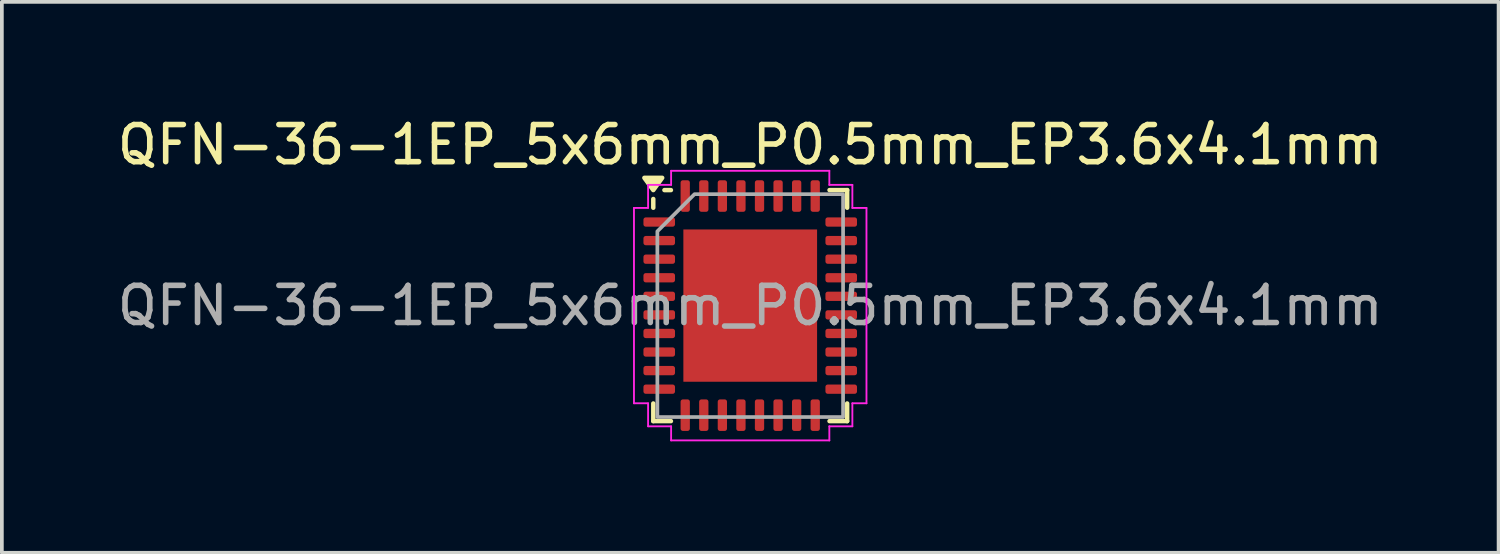
<source format=kicad_pcb>
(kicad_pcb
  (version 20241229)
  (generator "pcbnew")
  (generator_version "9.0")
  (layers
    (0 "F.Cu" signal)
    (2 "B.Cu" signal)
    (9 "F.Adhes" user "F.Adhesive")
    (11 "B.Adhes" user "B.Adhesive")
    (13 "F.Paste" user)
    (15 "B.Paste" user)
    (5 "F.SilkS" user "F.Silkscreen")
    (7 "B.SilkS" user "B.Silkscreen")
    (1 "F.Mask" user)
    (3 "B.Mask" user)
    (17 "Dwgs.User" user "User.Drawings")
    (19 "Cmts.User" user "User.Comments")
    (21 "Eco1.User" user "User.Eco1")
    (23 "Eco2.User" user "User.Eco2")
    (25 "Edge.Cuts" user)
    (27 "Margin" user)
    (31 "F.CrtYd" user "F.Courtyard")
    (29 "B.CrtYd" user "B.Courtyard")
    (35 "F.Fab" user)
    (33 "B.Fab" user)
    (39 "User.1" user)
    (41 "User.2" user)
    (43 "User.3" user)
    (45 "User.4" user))
  (footprint "QFN-36-1EP_5x6mm_P0.5mm_EP3.6x4.1mm"
    (layer "F.Cu")
    (at 17.149 5.178)
    (property "Reference" "QFN-36-1EP_5x6mm_P0.5mm_EP3.6x4.1mm" (at 0 -4.33 0) (layer "F.SilkS") (effects (font (size 1 1) (thickness 0.15))))
    (attr smd)
    (fp_line (start -2.61 -2.635) (end -2.61 -2.87) (stroke (width 0.12) (type solid)) (layer "F.SilkS"))
    (fp_line (start -2.61 3.11) (end -2.61 2.635) (stroke (width 0.12) (type solid)) (layer "F.SilkS"))
    (fp_line (start -2.135 -3.11) (end -2.31 -3.11) (stroke (width 0.12) (type solid)) (layer "F.SilkS"))
    (fp_line (start -2.135 3.11) (end -2.61 3.11) (stroke (width 0.12) (type solid)) (layer "F.SilkS"))
    (fp_line (start 2.135 -3.11) (end 2.61 -3.11) (stroke (width 0.12) (type solid)) (layer "F.SilkS"))
    (fp_line (start 2.135 3.11) (end 2.61 3.11) (stroke (width 0.12) (type solid)) (layer "F.SilkS"))
    (fp_line (start 2.61 -3.11) (end 2.61 -2.635) (stroke (width 0.12) (type solid)) (layer "F.SilkS"))
    (fp_line (start 2.61 3.11) (end 2.61 2.635) (stroke (width 0.12) (type solid)) (layer "F.SilkS"))
    (fp_poly (pts (xy -2.61 -3.11) (xy -2.85 -3.44) (xy -2.37 -3.44)) (stroke (width 0.12) (type solid)) (fill yes) (layer "F.SilkS"))
    (fp_line (start -3.13 -2.63) (end -2.75 -2.63) (stroke (width 0.05) (type solid)) (layer "F.CrtYd"))
    (fp_line (start -3.13 2.63) (end -3.13 -2.63) (stroke (width 0.05) (type solid)) (layer "F.CrtYd"))
    (fp_line (start -2.75 -3.25) (end -2.13 -3.25) (stroke (width 0.05) (type solid)) (layer "F.CrtYd"))
    (fp_line (start -2.75 -2.63) (end -2.75 -3.25) (stroke (width 0.05) (type solid)) (layer "F.CrtYd"))
    (fp_line (start -2.75 2.63) (end -3.13 2.63) (stroke (width 0.05) (type solid)) (layer "F.CrtYd"))
    (fp_line (start -2.75 3.25) (end -2.75 2.63) (stroke (width 0.05) (type solid)) (layer "F.CrtYd"))
    (fp_line (start -2.13 -3.63) (end 2.13 -3.63) (stroke (width 0.05) (type solid)) (layer "F.CrtYd"))
    (fp_line (start -2.13 -3.25) (end -2.13 -3.63) (stroke (width 0.05) (type solid)) (layer "F.CrtYd"))
    (fp_line (start -2.13 3.25) (end -2.75 3.25) (stroke (width 0.05) (type solid)) (layer "F.CrtYd"))
    (fp_line (start -2.13 3.63) (end -2.13 3.25) (stroke (width 0.05) (type solid)) (layer "F.CrtYd"))
    (fp_line (start 2.13 -3.63) (end 2.13 -3.25) (stroke (width 0.05) (type solid)) (layer "F.CrtYd"))
    (fp_line (start 2.13 -3.25) (end 2.75 -3.25) (stroke (width 0.05) (type solid)) (layer "F.CrtYd"))
    (fp_line (start 2.13 3.25) (end 2.13 3.63) (stroke (width 0.05) (type solid)) (layer "F.CrtYd"))
    (fp_line (start 2.13 3.63) (end -2.13 3.63) (stroke (width 0.05) (type solid)) (layer "F.CrtYd"))
    (fp_line (start 2.75 -3.25) (end 2.75 -2.63) (stroke (width 0.05) (type solid)) (layer "F.CrtYd"))
    (fp_line (start 2.75 -2.63) (end 3.13 -2.63) (stroke (width 0.05) (type solid)) (layer "F.CrtYd"))
    (fp_line (start 2.75 2.63) (end 2.75 3.25) (stroke (width 0.05) (type solid)) (layer "F.CrtYd"))
    (fp_line (start 2.75 3.25) (end 2.13 3.25) (stroke (width 0.05) (type solid)) (layer "F.CrtYd"))
    (fp_line (start 3.13 -2.63) (end 3.13 2.63) (stroke (width 0.05) (type solid)) (layer "F.CrtYd"))
    (fp_line (start 3.13 2.63) (end 2.75 2.63) (stroke (width 0.05) (type solid)) (layer "F.CrtYd"))
    (fp_poly (pts (xy -2.5 -2) (xy -2.5 3) (xy 2.5 3) (xy 2.5 -3) (xy -1.5 -3)) (stroke (width 0.1) (type solid)) (fill no) (layer "F.Fab"))
    (fp_text user "${REFERENCE}" (at 0 0 0) (layer "F.Fab") (effects (font (size 1 1) (thickness 0.15))))
    (pad "" smd roundrect (at -1.2 -1.37) (size 0.97 1.1) (layers "F.Paste") (roundrect_rratio 0.25))
    (pad "" smd roundrect (at -1.2 0) (size 0.97 1.1) (layers "F.Paste") (roundrect_rratio 0.25))
    (pad "" smd roundrect (at -1.2 1.37) (size 0.97 1.1) (layers "F.Paste") (roundrect_rratio 0.25))
    (pad "" smd roundrect (at 0 -1.37) (size 0.97 1.1) (layers "F.Paste") (roundrect_rratio 0.25))
    (pad "" smd roundrect (at 0 0) (size 0.97 1.1) (layers "F.Paste") (roundrect_rratio 0.25))
    (pad "" smd roundrect (at 0 1.37) (size 0.97 1.1) (layers "F.Paste") (roundrect_rratio 0.25))
    (pad "" smd roundrect (at 1.2 -1.37) (size 0.97 1.1) (layers "F.Paste") (roundrect_rratio 0.25))
    (pad "" smd roundrect (at 1.2 0) (size 0.97 1.1) (layers "F.Paste") (roundrect_rratio 0.25))
    (pad "" smd roundrect (at 1.2 1.37) (size 0.97 1.1) (layers "F.Paste") (roundrect_rratio 0.25))
    (pad "1" smd roundrect (at -2.45 -2.25) (size 0.85 0.25) (layers "F.Cu" "F.Mask" "F.Paste") (roundrect_rratio 0.25))
    (pad "2" smd roundrect (at -2.45 -1.75) (size 0.85 0.25) (layers "F.Cu" "F.Mask" "F.Paste") (roundrect_rratio 0.25))
    (pad "3" smd roundrect (at -2.45 -1.25) (size 0.85 0.25) (layers "F.Cu" "F.Mask" "F.Paste") (roundrect_rratio 0.25))
    (pad "4" smd roundrect (at -2.45 -0.75) (size 0.85 0.25) (layers "F.Cu" "F.Mask" "F.Paste") (roundrect_rratio 0.25))
    (pad "5" smd roundrect (at -2.45 -0.25) (size 0.85 0.25) (layers "F.Cu" "F.Mask" "F.Paste") (roundrect_rratio 0.25))
    (pad "6" smd roundrect (at -2.45 0.25) (size 0.85 0.25) (layers "F.Cu" "F.Mask" "F.Paste") (roundrect_rratio 0.25))
    (pad "7" smd roundrect (at -2.45 0.75) (size 0.85 0.25) (layers "F.Cu" "F.Mask" "F.Paste") (roundrect_rratio 0.25))
    (pad "8" smd roundrect (at -2.45 1.25) (size 0.85 0.25) (layers "F.Cu" "F.Mask" "F.Paste") (roundrect_rratio 0.25))
    (pad "9" smd roundrect (at -2.45 1.75) (size 0.85 0.25) (layers "F.Cu" "F.Mask" "F.Paste") (roundrect_rratio 0.25))
    (pad "10" smd roundrect (at -2.45 2.25) (size 0.85 0.25) (layers "F.Cu" "F.Mask" "F.Paste") (roundrect_rratio 0.25))
    (pad "11" smd roundrect (at -1.75 2.95) (size 0.25 0.85) (layers "F.Cu" "F.Mask" "F.Paste") (roundrect_rratio 0.25))
    (pad "12" smd roundrect (at -1.25 2.95) (size 0.25 0.85) (layers "F.Cu" "F.Mask" "F.Paste") (roundrect_rratio 0.25))
    (pad "13" smd roundrect (at -0.75 2.95) (size 0.25 0.85) (layers "F.Cu" "F.Mask" "F.Paste") (roundrect_rratio 0.25))
    (pad "14" smd roundrect (at -0.25 2.95) (size 0.25 0.85) (layers "F.Cu" "F.Mask" "F.Paste") (roundrect_rratio 0.25))
    (pad "15" smd roundrect (at 0.25 2.95) (size 0.25 0.85) (layers "F.Cu" "F.Mask" "F.Paste") (roundrect_rratio 0.25))
    (pad "16" smd roundrect (at 0.75 2.95) (size 0.25 0.85) (layers "F.Cu" "F.Mask" "F.Paste") (roundrect_rratio 0.25))
    (pad "17" smd roundrect (at 1.25 2.95) (size 0.25 0.85) (layers "F.Cu" "F.Mask" "F.Paste") (roundrect_rratio 0.25))
    (pad "18" smd roundrect (at 1.75 2.95) (size 0.25 0.85) (layers "F.Cu" "F.Mask" "F.Paste") (roundrect_rratio 0.25))
    (pad "19" smd roundrect (at 2.45 2.25) (size 0.85 0.25) (layers "F.Cu" "F.Mask" "F.Paste") (roundrect_rratio 0.25))
    (pad "20" smd roundrect (at 2.45 1.75) (size 0.85 0.25) (layers "F.Cu" "F.Mask" "F.Paste") (roundrect_rratio 0.25))
    (pad "21" smd roundrect (at 2.45 1.25) (size 0.85 0.25) (layers "F.Cu" "F.Mask" "F.Paste") (roundrect_rratio 0.25))
    (pad "22" smd roundrect (at 2.45 0.75) (size 0.85 0.25) (layers "F.Cu" "F.Mask" "F.Paste") (roundrect_rratio 0.25))
    (pad "23" smd roundrect (at 2.45 0.25) (size 0.85 0.25) (layers "F.Cu" "F.Mask" "F.Paste") (roundrect_rratio 0.25))
    (pad "24" smd roundrect (at 2.45 -0.25) (size 0.85 0.25) (layers "F.Cu" "F.Mask" "F.Paste") (roundrect_rratio 0.25))
    (pad "25" smd roundrect (at 2.45 -0.75) (size 0.85 0.25) (layers "F.Cu" "F.Mask" "F.Paste") (roundrect_rratio 0.25))
    (pad "26" smd roundrect (at 2.45 -1.25) (size 0.85 0.25) (layers "F.Cu" "F.Mask" "F.Paste") (roundrect_rratio 0.25))
    (pad "27" smd roundrect (at 2.45 -1.75) (size 0.85 0.25) (layers "F.Cu" "F.Mask" "F.Paste") (roundrect_rratio 0.25))
    (pad "28" smd roundrect (at 2.45 -2.25) (size 0.85 0.25) (layers "F.Cu" "F.Mask" "F.Paste") (roundrect_rratio 0.25))
    (pad "29" smd roundrect (at 1.75 -2.95) (size 0.25 0.85) (layers "F.Cu" "F.Mask" "F.Paste") (roundrect_rratio 0.25))
    (pad "30" smd roundrect (at 1.25 -2.95) (size 0.25 0.85) (layers "F.Cu" "F.Mask" "F.Paste") (roundrect_rratio 0.25))
    (pad "31" smd roundrect (at 0.75 -2.95) (size 0.25 0.85) (layers "F.Cu" "F.Mask" "F.Paste") (roundrect_rratio 0.25))
    (pad "32" smd roundrect (at 0.25 -2.95) (size 0.25 0.85) (layers "F.Cu" "F.Mask" "F.Paste") (roundrect_rratio 0.25))
    (pad "33" smd roundrect (at -0.25 -2.95) (size 0.25 0.85) (layers "F.Cu" "F.Mask" "F.Paste") (roundrect_rratio 0.25))
    (pad "34" smd roundrect (at -0.75 -2.95) (size 0.25 0.85) (layers "F.Cu" "F.Mask" "F.Paste") (roundrect_rratio 0.25))
    (pad "35" smd roundrect (at -1.25 -2.95) (size 0.25 0.85) (layers "F.Cu" "F.Mask" "F.Paste") (roundrect_rratio 0.25))
    (pad "36" smd roundrect (at -1.75 -2.95) (size 0.25 0.85) (layers "F.Cu" "F.Mask" "F.Paste") (roundrect_rratio 0.25))
    (pad "37" smd rect (at 0 0) (size 3.6 4.1) (property pad_prop_heatsink) (layers "F.Cu" "F.Mask")))
  (gr_rect
    (start -3 -3)
    (end 37.298 11.833)
    (stroke (width 0.1) (type default))
    (fill no)
    (layer "Edge.Cuts")))
</source>
